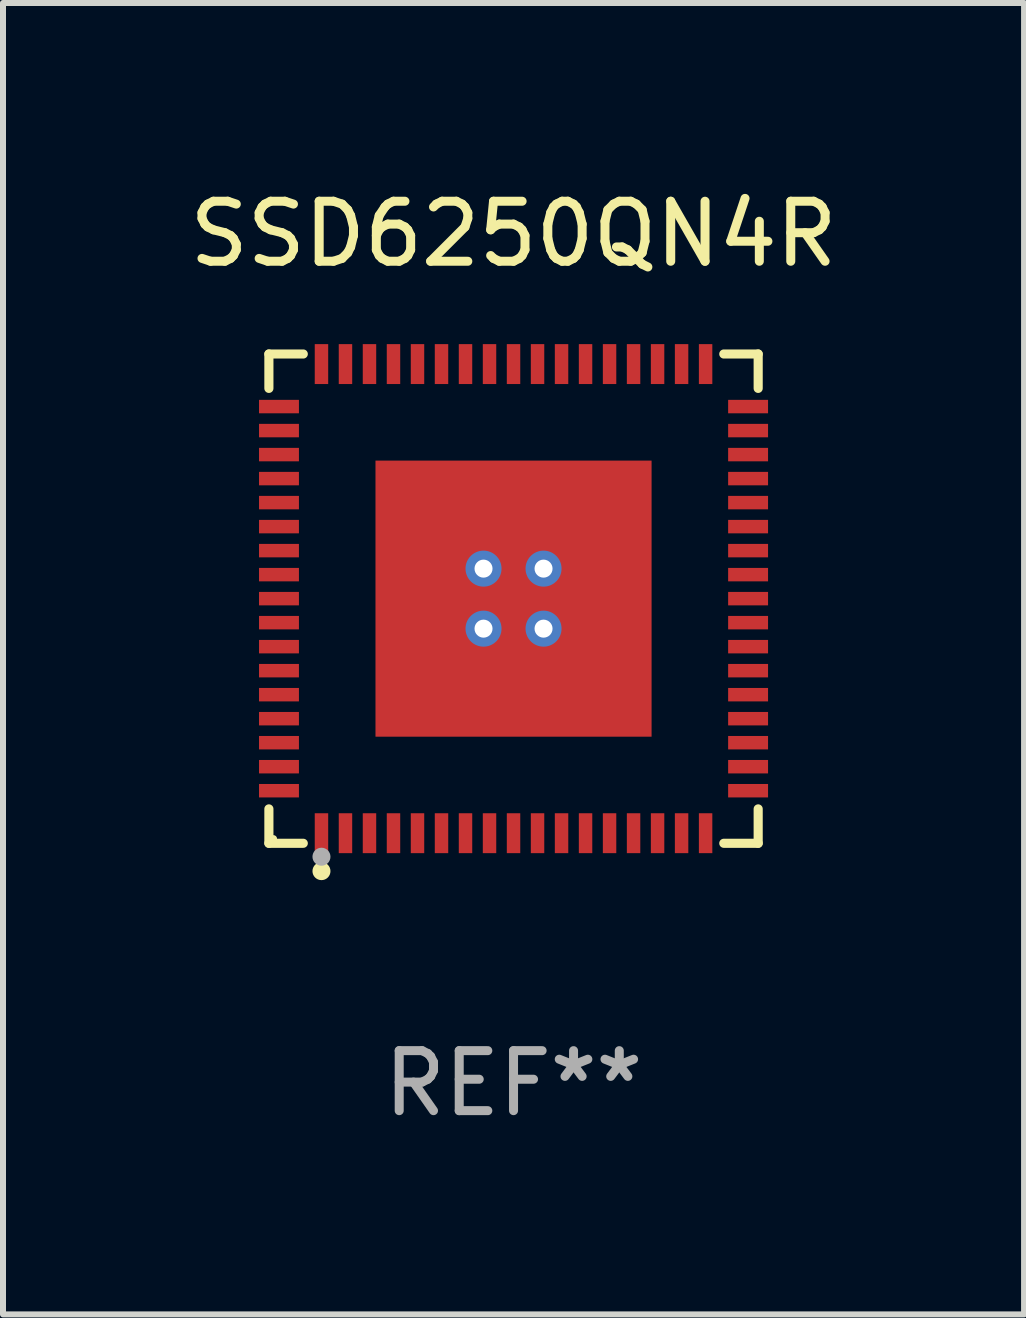
<source format=kicad_pcb>
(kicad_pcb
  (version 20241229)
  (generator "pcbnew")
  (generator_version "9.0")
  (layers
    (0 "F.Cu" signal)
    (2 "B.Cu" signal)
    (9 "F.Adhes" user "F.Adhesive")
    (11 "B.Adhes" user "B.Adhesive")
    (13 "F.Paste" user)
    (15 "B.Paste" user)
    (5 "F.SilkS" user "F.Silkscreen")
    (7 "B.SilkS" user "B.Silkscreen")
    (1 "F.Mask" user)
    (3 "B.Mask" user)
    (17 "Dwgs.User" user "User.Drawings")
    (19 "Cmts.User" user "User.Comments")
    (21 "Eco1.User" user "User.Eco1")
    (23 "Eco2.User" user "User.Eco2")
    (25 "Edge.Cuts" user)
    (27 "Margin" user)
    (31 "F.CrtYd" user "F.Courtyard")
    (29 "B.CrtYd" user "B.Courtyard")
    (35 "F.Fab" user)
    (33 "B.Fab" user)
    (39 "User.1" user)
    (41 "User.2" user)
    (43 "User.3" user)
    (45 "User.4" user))
  (footprint "SSD6250QN4R"
    (layer "F.Cu")
    (at 5.506 6.924)
    (property "Reference" "SSD6250QN4R" (at 0 -6.076 0) (layer "F.SilkS") (effects (font (size 1 1) (thickness 0.15))))
    (attr through_hole)
    (fp_line (start -4.076 -4.076) (end -3.503 -4.076) (stroke (width 0.152) (type solid)) (layer "F.SilkS"))
    (fp_line (start -4.076 -3.503) (end -4.076 -4.076) (stroke (width 0.152) (type solid)) (layer "F.SilkS"))
    (fp_line (start -4.076 3.503) (end -4.076 4.076) (stroke (width 0.152) (type solid)) (layer "F.SilkS"))
    (fp_line (start -4.076 4.076) (end -3.503 4.076) (stroke (width 0.152) (type solid)) (layer "F.SilkS"))
    (fp_line (start 4.076 -4.076) (end 3.503 -4.076) (stroke (width 0.152) (type solid)) (layer "F.SilkS"))
    (fp_line (start 4.076 -3.503) (end 4.076 -4.076) (stroke (width 0.152) (type solid)) (layer "F.SilkS"))
    (fp_line (start 4.076 3.503) (end 4.076 4.076) (stroke (width 0.152) (type solid)) (layer "F.SilkS"))
    (fp_line (start 4.076 4.076) (end 3.503 4.076) (stroke (width 0.152) (type solid)) (layer "F.SilkS"))
    (fp_circle (center -4 4) (end -3.97 4) (stroke (width 0.06) (type solid)) (fill no) (layer "F.SilkS"))
    (fp_circle (center -3.2 4.54) (end -3.125 4.54) (stroke (width 0.15) (type solid)) (fill no) (layer "F.SilkS"))
    (fp_circle (center -3.2 4.3) (end -3.125 4.3) (stroke (width 0.15) (type solid)) (fill no) (layer "F.Fab"))
    (fp_text user "REF**" (at 0 8.076 0) (layer "F.Fab") (effects (font (size 1 1) (thickness 0.15))))
    (pad "1" smd rect (at -3.2 3.908) (size 0.224 0.665) (layers "F.Cu" "F.Mask" "F.Paste"))
    (pad "2" smd rect (at -2.8 3.908) (size 0.224 0.665) (layers "F.Cu" "F.Mask" "F.Paste"))
    (pad "3" smd rect (at -2.4 3.908) (size 0.224 0.665) (layers "F.Cu" "F.Mask" "F.Paste"))
    (pad "4" smd rect (at -2 3.908) (size 0.224 0.665) (layers "F.Cu" "F.Mask" "F.Paste"))
    (pad "5" smd rect (at -1.6 3.908) (size 0.224 0.665) (layers "F.Cu" "F.Mask" "F.Paste"))
    (pad "6" smd rect (at -1.2 3.908) (size 0.224 0.665) (layers "F.Cu" "F.Mask" "F.Paste"))
    (pad "7" smd rect (at -0.8 3.908) (size 0.224 0.665) (layers "F.Cu" "F.Mask" "F.Paste"))
    (pad "8" smd rect (at -0.4 3.908) (size 0.224 0.665) (layers "F.Cu" "F.Mask" "F.Paste"))
    (pad "9" smd rect (at 0 3.908) (size 0.224 0.665) (layers "F.Cu" "F.Mask" "F.Paste"))
    (pad "10" smd rect (at 0.4 3.908) (size 0.224 0.665) (layers "F.Cu" "F.Mask" "F.Paste"))
    (pad "11" smd rect (at 0.8 3.908) (size 0.224 0.665) (layers "F.Cu" "F.Mask" "F.Paste"))
    (pad "12" smd rect (at 1.2 3.908) (size 0.224 0.665) (layers "F.Cu" "F.Mask" "F.Paste"))
    (pad "13" smd rect (at 1.6 3.908) (size 0.224 0.665) (layers "F.Cu" "F.Mask" "F.Paste"))
    (pad "14" smd rect (at 2 3.908) (size 0.224 0.665) (layers "F.Cu" "F.Mask" "F.Paste"))
    (pad "15" smd rect (at 2.4 3.908) (size 0.224 0.665) (layers "F.Cu" "F.Mask" "F.Paste"))
    (pad "16" smd rect (at 2.8 3.908) (size 0.224 0.665) (layers "F.Cu" "F.Mask" "F.Paste"))
    (pad "17" smd rect (at 3.2 3.908) (size 0.224 0.665) (layers "F.Cu" "F.Mask" "F.Paste"))
    (pad "18" smd rect (at 3.908 3.2) (size 0.665 0.224) (layers "F.Cu" "F.Mask" "F.Paste"))
    (pad "19" smd rect (at 3.908 2.8) (size 0.665 0.224) (layers "F.Cu" "F.Mask" "F.Paste"))
    (pad "20" smd rect (at 3.908 2.4) (size 0.665 0.224) (layers "F.Cu" "F.Mask" "F.Paste"))
    (pad "21" smd rect (at 3.908 2) (size 0.665 0.224) (layers "F.Cu" "F.Mask" "F.Paste"))
    (pad "22" smd rect (at 3.908 1.6) (size 0.665 0.224) (layers "F.Cu" "F.Mask" "F.Paste"))
    (pad "23" smd rect (at 3.908 1.2) (size 0.665 0.224) (layers "F.Cu" "F.Mask" "F.Paste"))
    (pad "24" smd rect (at 3.908 0.8) (size 0.665 0.224) (layers "F.Cu" "F.Mask" "F.Paste"))
    (pad "25" smd rect (at 3.908 0.4) (size 0.665 0.224) (layers "F.Cu" "F.Mask" "F.Paste"))
    (pad "26" smd rect (at 3.908 0) (size 0.665 0.224) (layers "F.Cu" "F.Mask" "F.Paste"))
    (pad "27" smd rect (at 3.908 -0.4) (size 0.665 0.224) (layers "F.Cu" "F.Mask" "F.Paste"))
    (pad "28" smd rect (at 3.908 -0.8) (size 0.665 0.224) (layers "F.Cu" "F.Mask" "F.Paste"))
    (pad "29" smd rect (at 3.908 -1.2) (size 0.665 0.224) (layers "F.Cu" "F.Mask" "F.Paste"))
    (pad "30" smd rect (at 3.908 -1.6) (size 0.665 0.224) (layers "F.Cu" "F.Mask" "F.Paste"))
    (pad "31" smd rect (at 3.908 -2) (size 0.665 0.224) (layers "F.Cu" "F.Mask" "F.Paste"))
    (pad "32" smd rect (at 3.908 -2.4) (size 0.665 0.224) (layers "F.Cu" "F.Mask" "F.Paste"))
    (pad "33" smd rect (at 3.908 -2.8) (size 0.665 0.224) (layers "F.Cu" "F.Mask" "F.Paste"))
    (pad "34" smd rect (at 3.908 -3.2) (size 0.665 0.224) (layers "F.Cu" "F.Mask" "F.Paste"))
    (pad "35" smd rect (at 3.2 -3.908) (size 0.224 0.665) (layers "F.Cu" "F.Mask" "F.Paste"))
    (pad "36" smd rect (at 2.8 -3.908) (size 0.224 0.665) (layers "F.Cu" "F.Mask" "F.Paste"))
    (pad "37" smd rect (at 2.4 -3.908) (size 0.224 0.665) (layers "F.Cu" "F.Mask" "F.Paste"))
    (pad "38" smd rect (at 2 -3.908) (size 0.224 0.665) (layers "F.Cu" "F.Mask" "F.Paste"))
    (pad "39" smd rect (at 1.6 -3.908) (size 0.224 0.665) (layers "F.Cu" "F.Mask" "F.Paste"))
    (pad "40" smd rect (at 1.2 -3.908) (size 0.224 0.665) (layers "F.Cu" "F.Mask" "F.Paste"))
    (pad "41" smd rect (at 0.8 -3.908) (size 0.224 0.665) (layers "F.Cu" "F.Mask" "F.Paste"))
    (pad "42" smd rect (at 0.4 -3.908) (size 0.224 0.665) (layers "F.Cu" "F.Mask" "F.Paste"))
    (pad "43" smd rect (at 0 -3.908) (size 0.224 0.665) (layers "F.Cu" "F.Mask" "F.Paste"))
    (pad "44" smd rect (at -0.4 -3.908) (size 0.224 0.665) (layers "F.Cu" "F.Mask" "F.Paste"))
    (pad "45" smd rect (at -0.8 -3.908) (size 0.224 0.665) (layers "F.Cu" "F.Mask" "F.Paste"))
    (pad "46" smd rect (at -1.2 -3.908) (size 0.224 0.665) (layers "F.Cu" "F.Mask" "F.Paste"))
    (pad "47" smd rect (at -1.6 -3.908) (size 0.224 0.665) (layers "F.Cu" "F.Mask" "F.Paste"))
    (pad "48" smd rect (at -2 -3.908) (size 0.224 0.665) (layers "F.Cu" "F.Mask" "F.Paste"))
    (pad "49" smd rect (at -2.4 -3.908) (size 0.224 0.665) (layers "F.Cu" "F.Mask" "F.Paste"))
    (pad "50" smd rect (at -2.8 -3.908) (size 0.224 0.665) (layers "F.Cu" "F.Mask" "F.Paste"))
    (pad "51" smd rect (at -3.2 -3.908) (size 0.224 0.665) (layers "F.Cu" "F.Mask" "F.Paste"))
    (pad "52" smd rect (at -3.908 -3.2) (size 0.665 0.224) (layers "F.Cu" "F.Mask" "F.Paste"))
    (pad "53" smd rect (at -3.908 -2.8) (size 0.665 0.224) (layers "F.Cu" "F.Mask" "F.Paste"))
    (pad "54" smd rect (at -3.908 -2.4) (size 0.665 0.224) (layers "F.Cu" "F.Mask" "F.Paste"))
    (pad "55" smd rect (at -3.908 -2) (size 0.665 0.224) (layers "F.Cu" "F.Mask" "F.Paste"))
    (pad "56" smd rect (at -3.908 -1.6) (size 0.665 0.224) (layers "F.Cu" "F.Mask" "F.Paste"))
    (pad "57" smd rect (at -3.908 -1.2) (size 0.665 0.224) (layers "F.Cu" "F.Mask" "F.Paste"))
    (pad "58" smd rect (at -3.908 -0.8) (size 0.665 0.224) (layers "F.Cu" "F.Mask" "F.Paste"))
    (pad "59" smd rect (at -3.908 -0.4) (size 0.665 0.224) (layers "F.Cu" "F.Mask" "F.Paste"))
    (pad "60" smd rect (at -3.908 0) (size 0.665 0.224) (layers "F.Cu" "F.Mask" "F.Paste"))
    (pad "61" smd rect (at -3.908 0.4) (size 0.665 0.224) (layers "F.Cu" "F.Mask" "F.Paste"))
    (pad "62" smd rect (at -3.908 0.8) (size 0.665 0.224) (layers "F.Cu" "F.Mask" "F.Paste"))
    (pad "63" smd rect (at -3.908 1.2) (size 0.665 0.224) (layers "F.Cu" "F.Mask" "F.Paste"))
    (pad "64" smd rect (at -3.908 1.6) (size 0.665 0.224) (layers "F.Cu" "F.Mask" "F.Paste"))
    (pad "65" smd rect (at -3.908 2) (size 0.665 0.224) (layers "F.Cu" "F.Mask" "F.Paste"))
    (pad "66" smd rect (at -3.908 2.4) (size 0.665 0.224) (layers "F.Cu" "F.Mask" "F.Paste"))
    (pad "67" smd rect (at -3.908 2.8) (size 0.665 0.224) (layers "F.Cu" "F.Mask" "F.Paste"))
    (pad "68" smd rect (at -3.908 3.2) (size 0.665 0.224) (layers "F.Cu" "F.Mask" "F.Paste"))
    (pad "69" thru_hole circle (at -0.5 -0.5) (size 0.6 0.6) (drill 0.3) (layers "*.Cu" "*.Mask"))
    (pad "69" thru_hole circle (at -0.5 0.5) (size 0.6 0.6) (drill 0.3) (layers "*.Cu" "*.Mask"))
    (pad "69" smd rect (at 0 0) (size 4.6 4.6) (layers "F.Cu" "F.Mask" "F.Paste"))
    (pad "69" thru_hole circle (at 0.5 -0.5) (size 0.6 0.6) (drill 0.3) (layers "*.Cu" "*.Mask"))
    (pad "69" thru_hole circle (at 0.5 0.5) (size 0.6 0.6) (drill 0.3) (layers "*.Cu" "*.Mask")))
  (gr_rect
    (start -3 -3)
    (end 14.012 18.849)
    (stroke (width 0.1) (type default))
    (fill no)
    (layer "Edge.Cuts")))
</source>
